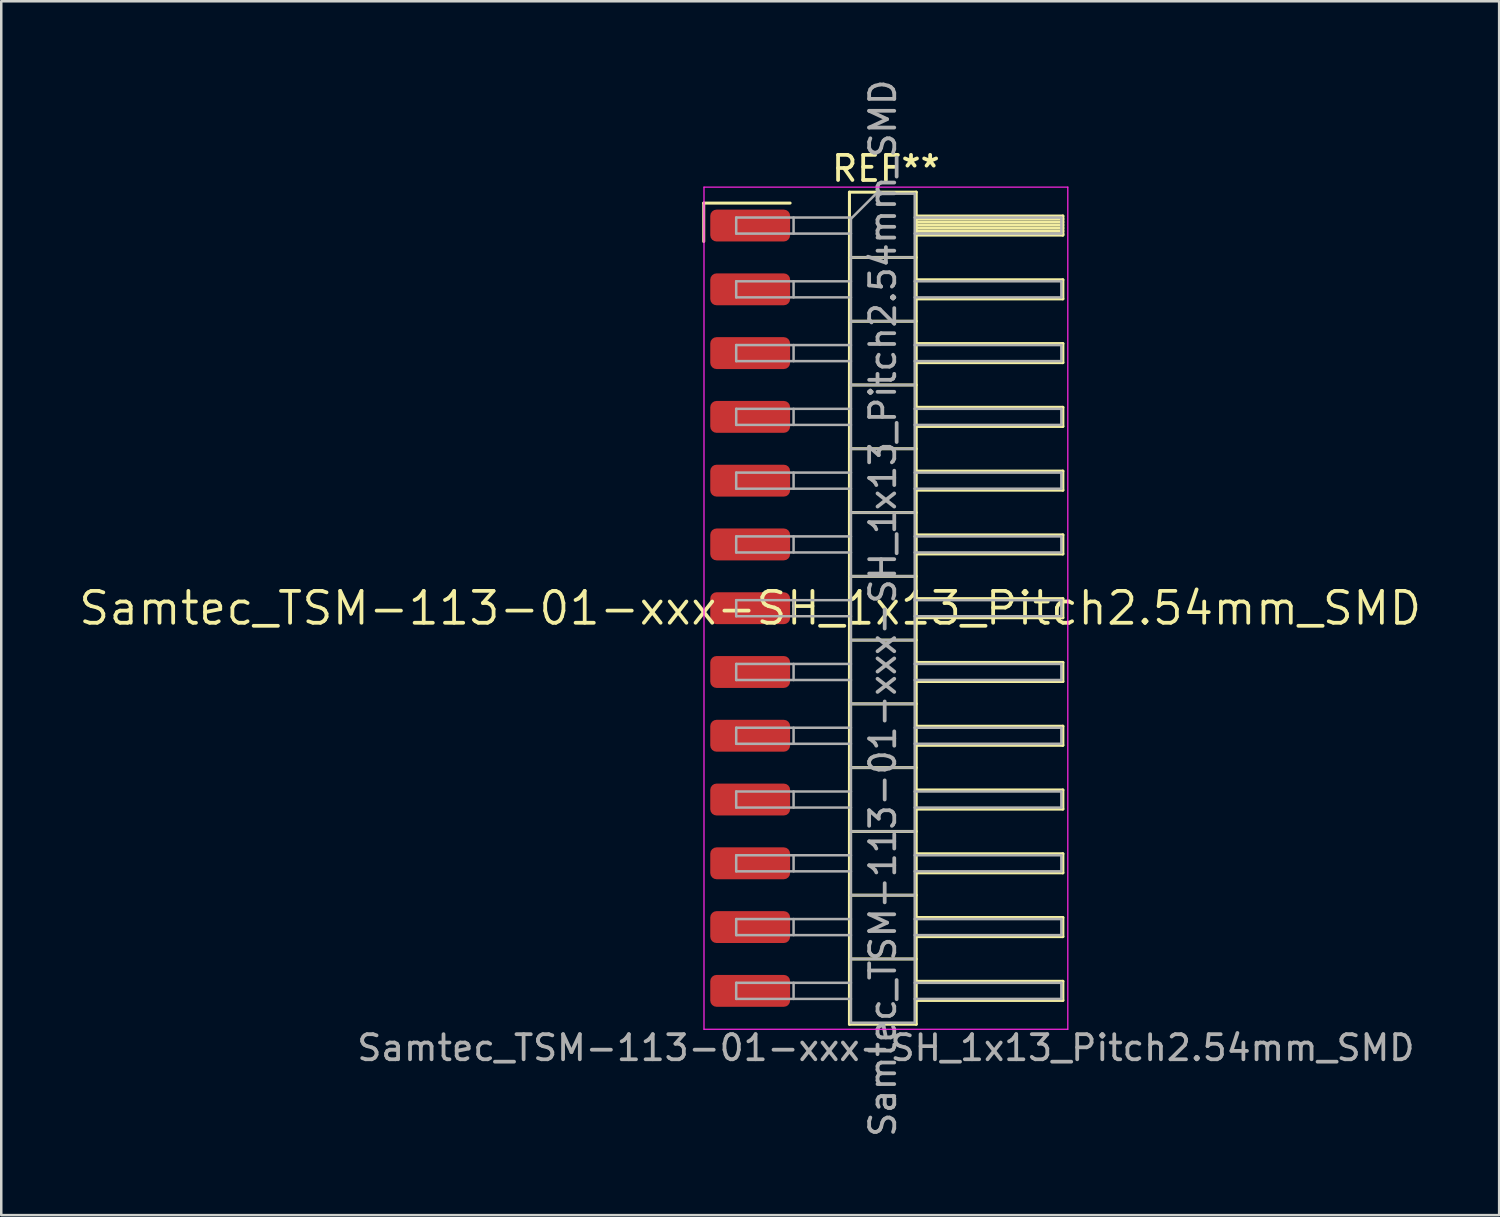
<source format=kicad_pcb>
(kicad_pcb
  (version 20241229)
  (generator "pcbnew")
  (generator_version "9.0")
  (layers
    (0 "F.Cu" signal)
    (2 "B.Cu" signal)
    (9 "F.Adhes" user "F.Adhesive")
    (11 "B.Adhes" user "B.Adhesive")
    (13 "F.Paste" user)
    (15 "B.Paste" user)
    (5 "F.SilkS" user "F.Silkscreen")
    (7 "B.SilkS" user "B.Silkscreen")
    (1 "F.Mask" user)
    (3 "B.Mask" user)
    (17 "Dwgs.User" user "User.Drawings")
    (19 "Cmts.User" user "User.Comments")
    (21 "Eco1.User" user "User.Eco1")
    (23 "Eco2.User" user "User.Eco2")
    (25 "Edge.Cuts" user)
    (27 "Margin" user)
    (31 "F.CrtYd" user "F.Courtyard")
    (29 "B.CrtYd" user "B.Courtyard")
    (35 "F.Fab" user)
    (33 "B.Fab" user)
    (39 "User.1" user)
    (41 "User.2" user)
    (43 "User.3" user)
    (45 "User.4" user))
  (footprint "Samtec_TSM-113-01-xxx-SH_1x13_Pitch2.54mm_SMD"
    (layer "F.Cu")
    (at 26.828 21.173)
    (property "Reference" "Samtec_TSM-113-01-xxx-SH_1x13_Pitch2.54mm_SMD" (at 0 0 0) (layer "F.SilkS") (effects (font (size 1.27 1.27) (thickness 0.15))))
    (attr smd)
    (fp_line (start -1.85 -16.135) (end 1.59 -16.135) (stroke (width 0.12) (type solid)) (layer "F.SilkS"))
    (fp_line (start -1.85 -14.605) (end -1.85 -16.135) (stroke (width 0.12) (type solid)) (layer "F.SilkS"))
    (fp_line (start 3.953 -16.57) (end 6.613 -16.57) (stroke (width 0.12) (type solid)) (layer "F.SilkS"))
    (fp_line (start 3.953 -13.97) (end 6.613 -13.97) (stroke (width 0.12) (type solid)) (layer "F.SilkS"))
    (fp_line (start 3.953 -11.43) (end 6.613 -11.43) (stroke (width 0.12) (type solid)) (layer "F.SilkS"))
    (fp_line (start 3.953 -8.89) (end 6.613 -8.89) (stroke (width 0.12) (type solid)) (layer "F.SilkS"))
    (fp_line (start 3.953 -6.35) (end 6.613 -6.35) (stroke (width 0.12) (type solid)) (layer "F.SilkS"))
    (fp_line (start 3.953 -3.81) (end 6.613 -3.81) (stroke (width 0.12) (type solid)) (layer "F.SilkS"))
    (fp_line (start 3.953 -1.27) (end 6.613 -1.27) (stroke (width 0.12) (type solid)) (layer "F.SilkS"))
    (fp_line (start 3.953 1.27) (end 6.613 1.27) (stroke (width 0.12) (type solid)) (layer "F.SilkS"))
    (fp_line (start 3.953 3.81) (end 6.613 3.81) (stroke (width 0.12) (type solid)) (layer "F.SilkS"))
    (fp_line (start 3.953 6.35) (end 6.613 6.35) (stroke (width 0.12) (type solid)) (layer "F.SilkS"))
    (fp_line (start 3.953 8.89) (end 6.613 8.89) (stroke (width 0.12) (type solid)) (layer "F.SilkS"))
    (fp_line (start 3.953 11.43) (end 6.613 11.43) (stroke (width 0.12) (type solid)) (layer "F.SilkS"))
    (fp_line (start 3.953 13.97) (end 6.613 13.97) (stroke (width 0.12) (type solid)) (layer "F.SilkS"))
    (fp_line (start 3.953 16.57) (end 3.953 -16.57) (stroke (width 0.12) (type solid)) (layer "F.SilkS"))
    (fp_line (start 6.613 -16.57) (end 6.613 16.57) (stroke (width 0.12) (type solid)) (layer "F.SilkS"))
    (fp_line (start 6.613 -15.62) (end 12.453 -15.62) (stroke (width 0.12) (type solid)) (layer "F.SilkS"))
    (fp_line (start 6.613 -15.5) (end 12.453 -15.5) (stroke (width 0.12) (type solid)) (layer "F.SilkS"))
    (fp_line (start 6.613 -15.38) (end 12.453 -15.38) (stroke (width 0.12) (type solid)) (layer "F.SilkS"))
    (fp_line (start 6.613 -15.26) (end 12.453 -15.26) (stroke (width 0.12) (type solid)) (layer "F.SilkS"))
    (fp_line (start 6.613 -15.14) (end 12.453 -15.14) (stroke (width 0.12) (type solid)) (layer "F.SilkS"))
    (fp_line (start 6.613 -15.02) (end 12.453 -15.02) (stroke (width 0.12) (type solid)) (layer "F.SilkS"))
    (fp_line (start 6.613 -14.9) (end 12.453 -14.9) (stroke (width 0.12) (type solid)) (layer "F.SilkS"))
    (fp_line (start 6.613 -14.86) (end 12.453 -14.86) (stroke (width 0.12) (type solid)) (layer "F.SilkS"))
    (fp_line (start 6.613 -13.08) (end 12.453 -13.08) (stroke (width 0.12) (type solid)) (layer "F.SilkS"))
    (fp_line (start 6.613 -12.32) (end 12.453 -12.32) (stroke (width 0.12) (type solid)) (layer "F.SilkS"))
    (fp_line (start 6.613 -10.54) (end 12.453 -10.54) (stroke (width 0.12) (type solid)) (layer "F.SilkS"))
    (fp_line (start 6.613 -9.78) (end 12.453 -9.78) (stroke (width 0.12) (type solid)) (layer "F.SilkS"))
    (fp_line (start 6.613 -8) (end 12.453 -8) (stroke (width 0.12) (type solid)) (layer "F.SilkS"))
    (fp_line (start 6.613 -7.24) (end 12.453 -7.24) (stroke (width 0.12) (type solid)) (layer "F.SilkS"))
    (fp_line (start 6.613 -5.46) (end 12.453 -5.46) (stroke (width 0.12) (type solid)) (layer "F.SilkS"))
    (fp_line (start 6.613 -4.7) (end 12.453 -4.7) (stroke (width 0.12) (type solid)) (layer "F.SilkS"))
    (fp_line (start 6.613 -2.92) (end 12.453 -2.92) (stroke (width 0.12) (type solid)) (layer "F.SilkS"))
    (fp_line (start 6.613 -2.16) (end 12.453 -2.16) (stroke (width 0.12) (type solid)) (layer "F.SilkS"))
    (fp_line (start 6.613 -0.38) (end 12.453 -0.38) (stroke (width 0.12) (type solid)) (layer "F.SilkS"))
    (fp_line (start 6.613 0.38) (end 12.453 0.38) (stroke (width 0.12) (type solid)) (layer "F.SilkS"))
    (fp_line (start 6.613 2.16) (end 12.453 2.16) (stroke (width 0.12) (type solid)) (layer "F.SilkS"))
    (fp_line (start 6.613 2.92) (end 12.453 2.92) (stroke (width 0.12) (type solid)) (layer "F.SilkS"))
    (fp_line (start 6.613 4.7) (end 12.453 4.7) (stroke (width 0.12) (type solid)) (layer "F.SilkS"))
    (fp_line (start 6.613 5.46) (end 12.453 5.46) (stroke (width 0.12) (type solid)) (layer "F.SilkS"))
    (fp_line (start 6.613 7.24) (end 12.453 7.24) (stroke (width 0.12) (type solid)) (layer "F.SilkS"))
    (fp_line (start 6.613 8) (end 12.453 8) (stroke (width 0.12) (type solid)) (layer "F.SilkS"))
    (fp_line (start 6.613 9.78) (end 12.453 9.78) (stroke (width 0.12) (type solid)) (layer "F.SilkS"))
    (fp_line (start 6.613 10.54) (end 12.453 10.54) (stroke (width 0.12) (type solid)) (layer "F.SilkS"))
    (fp_line (start 6.613 12.32) (end 12.453 12.32) (stroke (width 0.12) (type solid)) (layer "F.SilkS"))
    (fp_line (start 6.613 13.08) (end 12.453 13.08) (stroke (width 0.12) (type solid)) (layer "F.SilkS"))
    (fp_line (start 6.613 14.86) (end 12.453 14.86) (stroke (width 0.12) (type solid)) (layer "F.SilkS"))
    (fp_line (start 6.613 15.62) (end 12.453 15.62) (stroke (width 0.12) (type solid)) (layer "F.SilkS"))
    (fp_line (start 6.613 16.57) (end 3.953 16.57) (stroke (width 0.12) (type solid)) (layer "F.SilkS"))
    (fp_line (start 12.453 -15.62) (end 12.453 -14.86) (stroke (width 0.12) (type solid)) (layer "F.SilkS"))
    (fp_line (start 12.453 -13.08) (end 12.453 -12.32) (stroke (width 0.12) (type solid)) (layer "F.SilkS"))
    (fp_line (start 12.453 -10.54) (end 12.453 -9.78) (stroke (width 0.12) (type solid)) (layer "F.SilkS"))
    (fp_line (start 12.453 -8) (end 12.453 -7.24) (stroke (width 0.12) (type solid)) (layer "F.SilkS"))
    (fp_line (start 12.453 -5.46) (end 12.453 -4.7) (stroke (width 0.12) (type solid)) (layer "F.SilkS"))
    (fp_line (start 12.453 -2.92) (end 12.453 -2.16) (stroke (width 0.12) (type solid)) (layer "F.SilkS"))
    (fp_line (start 12.453 -0.38) (end 12.453 0.38) (stroke (width 0.12) (type solid)) (layer "F.SilkS"))
    (fp_line (start 12.453 2.16) (end 12.453 2.92) (stroke (width 0.12) (type solid)) (layer "F.SilkS"))
    (fp_line (start 12.453 4.7) (end 12.453 5.46) (stroke (width 0.12) (type solid)) (layer "F.SilkS"))
    (fp_line (start 12.453 7.24) (end 12.453 8) (stroke (width 0.12) (type solid)) (layer "F.SilkS"))
    (fp_line (start 12.453 9.78) (end 12.453 10.54) (stroke (width 0.12) (type solid)) (layer "F.SilkS"))
    (fp_line (start 12.453 12.32) (end 12.453 13.08) (stroke (width 0.12) (type solid)) (layer "F.SilkS"))
    (fp_line (start 12.453 14.86) (end 12.453 15.62) (stroke (width 0.12) (type solid)) (layer "F.SilkS"))
    (fp_line (start -1.84 -16.77) (end 12.65 -16.77) (stroke (width 0.05) (type solid)) (layer "F.CrtYd"))
    (fp_line (start -1.84 16.77) (end -1.84 -16.77) (stroke (width 0.05) (type solid)) (layer "F.CrtYd"))
    (fp_line (start 12.65 -16.77) (end 12.65 16.77) (stroke (width 0.05) (type solid)) (layer "F.CrtYd"))
    (fp_line (start 12.65 16.77) (end -1.84 16.77) (stroke (width 0.05) (type solid)) (layer "F.CrtYd"))
    (fp_line (start -0.557 -15.56) (end -0.557 -14.92) (stroke (width 0.1) (type solid)) (layer "F.Fab"))
    (fp_line (start -0.557 -15.56) (end 4.013 -15.56) (stroke (width 0.1) (type solid)) (layer "F.Fab"))
    (fp_line (start -0.557 -14.92) (end 4.013 -14.92) (stroke (width 0.1) (type solid)) (layer "F.Fab"))
    (fp_line (start -0.557 -13.02) (end -0.557 -12.38) (stroke (width 0.1) (type solid)) (layer "F.Fab"))
    (fp_line (start -0.557 -13.02) (end 4.013 -13.02) (stroke (width 0.1) (type solid)) (layer "F.Fab"))
    (fp_line (start -0.557 -12.38) (end 4.013 -12.38) (stroke (width 0.1) (type solid)) (layer "F.Fab"))
    (fp_line (start -0.557 -10.48) (end -0.557 -9.84) (stroke (width 0.1) (type solid)) (layer "F.Fab"))
    (fp_line (start -0.557 -10.48) (end 4.013 -10.48) (stroke (width 0.1) (type solid)) (layer "F.Fab"))
    (fp_line (start -0.557 -9.84) (end 4.013 -9.84) (stroke (width 0.1) (type solid)) (layer "F.Fab"))
    (fp_line (start -0.557 -7.94) (end -0.557 -7.3) (stroke (width 0.1) (type solid)) (layer "F.Fab"))
    (fp_line (start -0.557 -7.94) (end 4.013 -7.94) (stroke (width 0.1) (type solid)) (layer "F.Fab"))
    (fp_line (start -0.557 -7.3) (end 4.013 -7.3) (stroke (width 0.1) (type solid)) (layer "F.Fab"))
    (fp_line (start -0.557 -5.4) (end -0.557 -4.76) (stroke (width 0.1) (type solid)) (layer "F.Fab"))
    (fp_line (start -0.557 -5.4) (end 4.013 -5.4) (stroke (width 0.1) (type solid)) (layer "F.Fab"))
    (fp_line (start -0.557 -4.76) (end 4.013 -4.76) (stroke (width 0.1) (type solid)) (layer "F.Fab"))
    (fp_line (start -0.557 -2.86) (end -0.557 -2.22) (stroke (width 0.1) (type solid)) (layer "F.Fab"))
    (fp_line (start -0.557 -2.86) (end 4.013 -2.86) (stroke (width 0.1) (type solid)) (layer "F.Fab"))
    (fp_line (start -0.557 -2.22) (end 4.013 -2.22) (stroke (width 0.1) (type solid)) (layer "F.Fab"))
    (fp_line (start -0.557 -0.32) (end -0.557 0.32) (stroke (width 0.1) (type solid)) (layer "F.Fab"))
    (fp_line (start -0.557 -0.32) (end 4.013 -0.32) (stroke (width 0.1) (type solid)) (layer "F.Fab"))
    (fp_line (start -0.557 0.32) (end 4.013 0.32) (stroke (width 0.1) (type solid)) (layer "F.Fab"))
    (fp_line (start -0.557 2.22) (end -0.557 2.86) (stroke (width 0.1) (type solid)) (layer "F.Fab"))
    (fp_line (start -0.557 2.22) (end 4.013 2.22) (stroke (width 0.1) (type solid)) (layer "F.Fab"))
    (fp_line (start -0.557 2.86) (end 4.013 2.86) (stroke (width 0.1) (type solid)) (layer "F.Fab"))
    (fp_line (start -0.557 4.76) (end -0.557 5.4) (stroke (width 0.1) (type solid)) (layer "F.Fab"))
    (fp_line (start -0.557 4.76) (end 4.013 4.76) (stroke (width 0.1) (type solid)) (layer "F.Fab"))
    (fp_line (start -0.557 5.4) (end 4.013 5.4) (stroke (width 0.1) (type solid)) (layer "F.Fab"))
    (fp_line (start -0.557 7.3) (end -0.557 7.94) (stroke (width 0.1) (type solid)) (layer "F.Fab"))
    (fp_line (start -0.557 7.3) (end 4.013 7.3) (stroke (width 0.1) (type solid)) (layer "F.Fab"))
    (fp_line (start -0.557 7.94) (end 4.013 7.94) (stroke (width 0.1) (type solid)) (layer "F.Fab"))
    (fp_line (start -0.557 9.84) (end -0.557 10.48) (stroke (width 0.1) (type solid)) (layer "F.Fab"))
    (fp_line (start -0.557 9.84) (end 4.013 9.84) (stroke (width 0.1) (type solid)) (layer "F.Fab"))
    (fp_line (start -0.557 10.48) (end 4.013 10.48) (stroke (width 0.1) (type solid)) (layer "F.Fab"))
    (fp_line (start -0.557 12.38) (end -0.557 13.02) (stroke (width 0.1) (type solid)) (layer "F.Fab"))
    (fp_line (start -0.557 12.38) (end 4.013 12.38) (stroke (width 0.1) (type solid)) (layer "F.Fab"))
    (fp_line (start -0.557 13.02) (end 4.013 13.02) (stroke (width 0.1) (type solid)) (layer "F.Fab"))
    (fp_line (start -0.557 14.92) (end -0.557 15.56) (stroke (width 0.1) (type solid)) (layer "F.Fab"))
    (fp_line (start -0.557 14.92) (end 4.013 14.92) (stroke (width 0.1) (type solid)) (layer "F.Fab"))
    (fp_line (start -0.557 15.56) (end 4.013 15.56) (stroke (width 0.1) (type solid)) (layer "F.Fab"))
    (fp_line (start 1.728 -15.56) (end 1.728 -14.92) (stroke (width 0.1) (type solid)) (layer "F.Fab"))
    (fp_line (start 1.728 -13.02) (end 1.728 -12.38) (stroke (width 0.1) (type solid)) (layer "F.Fab"))
    (fp_line (start 1.728 -10.48) (end 1.728 -9.84) (stroke (width 0.1) (type solid)) (layer "F.Fab"))
    (fp_line (start 1.728 -7.94) (end 1.728 -7.3) (stroke (width 0.1) (type solid)) (layer "F.Fab"))
    (fp_line (start 1.728 -5.4) (end 1.728 -4.76) (stroke (width 0.1) (type solid)) (layer "F.Fab"))
    (fp_line (start 1.728 -2.86) (end 1.728 -2.22) (stroke (width 0.1) (type solid)) (layer "F.Fab"))
    (fp_line (start 1.728 -0.32) (end 1.728 0.32) (stroke (width 0.1) (type solid)) (layer "F.Fab"))
    (fp_line (start 1.728 2.22) (end 1.728 2.86) (stroke (width 0.1) (type solid)) (layer "F.Fab"))
    (fp_line (start 1.728 4.76) (end 1.728 5.4) (stroke (width 0.1) (type solid)) (layer "F.Fab"))
    (fp_line (start 1.728 7.3) (end 1.728 7.94) (stroke (width 0.1) (type solid)) (layer "F.Fab"))
    (fp_line (start 1.728 9.84) (end 1.728 10.48) (stroke (width 0.1) (type solid)) (layer "F.Fab"))
    (fp_line (start 1.728 12.38) (end 1.728 13.02) (stroke (width 0.1) (type solid)) (layer "F.Fab"))
    (fp_line (start 1.728 14.92) (end 1.728 15.56) (stroke (width 0.1) (type solid)) (layer "F.Fab"))
    (fp_line (start 4.013 -15.51) (end 5.013 -16.51) (stroke (width 0.1) (type solid)) (layer "F.Fab"))
    (fp_line (start 4.013 -13.97) (end 6.553 -13.97) (stroke (width 0.1) (type solid)) (layer "F.Fab"))
    (fp_line (start 4.013 -11.43) (end 6.553 -11.43) (stroke (width 0.1) (type solid)) (layer "F.Fab"))
    (fp_line (start 4.013 -8.89) (end 6.553 -8.89) (stroke (width 0.1) (type solid)) (layer "F.Fab"))
    (fp_line (start 4.013 -6.35) (end 6.553 -6.35) (stroke (width 0.1) (type solid)) (layer "F.Fab"))
    (fp_line (start 4.013 -3.81) (end 6.553 -3.81) (stroke (width 0.1) (type solid)) (layer "F.Fab"))
    (fp_line (start 4.013 -1.27) (end 6.553 -1.27) (stroke (width 0.1) (type solid)) (layer "F.Fab"))
    (fp_line (start 4.013 1.27) (end 6.553 1.27) (stroke (width 0.1) (type solid)) (layer "F.Fab"))
    (fp_line (start 4.013 3.81) (end 6.553 3.81) (stroke (width 0.1) (type solid)) (layer "F.Fab"))
    (fp_line (start 4.013 6.35) (end 6.553 6.35) (stroke (width 0.1) (type solid)) (layer "F.Fab"))
    (fp_line (start 4.013 8.89) (end 6.553 8.89) (stroke (width 0.1) (type solid)) (layer "F.Fab"))
    (fp_line (start 4.013 11.43) (end 6.553 11.43) (stroke (width 0.1) (type solid)) (layer "F.Fab"))
    (fp_line (start 4.013 13.97) (end 6.553 13.97) (stroke (width 0.1) (type solid)) (layer "F.Fab"))
    (fp_line (start 4.013 16.51) (end 4.013 -15.51) (stroke (width 0.1) (type solid)) (layer "F.Fab"))
    (fp_line (start 5.013 -16.51) (end 6.553 -16.51) (stroke (width 0.1) (type solid)) (layer "F.Fab"))
    (fp_line (start 6.553 -16.51) (end 6.553 16.51) (stroke (width 0.1) (type solid)) (layer "F.Fab"))
    (fp_line (start 6.553 -15.56) (end 12.393 -15.56) (stroke (width 0.1) (type solid)) (layer "F.Fab"))
    (fp_line (start 6.553 -14.92) (end 12.393 -14.92) (stroke (width 0.1) (type solid)) (layer "F.Fab"))
    (fp_line (start 6.553 -13.02) (end 12.393 -13.02) (stroke (width 0.1) (type solid)) (layer "F.Fab"))
    (fp_line (start 6.553 -12.38) (end 12.393 -12.38) (stroke (width 0.1) (type solid)) (layer "F.Fab"))
    (fp_line (start 6.553 -10.48) (end 12.393 -10.48) (stroke (width 0.1) (type solid)) (layer "F.Fab"))
    (fp_line (start 6.553 -9.84) (end 12.393 -9.84) (stroke (width 0.1) (type solid)) (layer "F.Fab"))
    (fp_line (start 6.553 -7.94) (end 12.393 -7.94) (stroke (width 0.1) (type solid)) (layer "F.Fab"))
    (fp_line (start 6.553 -7.3) (end 12.393 -7.3) (stroke (width 0.1) (type solid)) (layer "F.Fab"))
    (fp_line (start 6.553 -5.4) (end 12.393 -5.4) (stroke (width 0.1) (type solid)) (layer "F.Fab"))
    (fp_line (start 6.553 -4.76) (end 12.393 -4.76) (stroke (width 0.1) (type solid)) (layer "F.Fab"))
    (fp_line (start 6.553 -2.86) (end 12.393 -2.86) (stroke (width 0.1) (type solid)) (layer "F.Fab"))
    (fp_line (start 6.553 -2.22) (end 12.393 -2.22) (stroke (width 0.1) (type solid)) (layer "F.Fab"))
    (fp_line (start 6.553 -0.32) (end 12.393 -0.32) (stroke (width 0.1) (type solid)) (layer "F.Fab"))
    (fp_line (start 6.553 0.32) (end 12.393 0.32) (stroke (width 0.1) (type solid)) (layer "F.Fab"))
    (fp_line (start 6.553 2.22) (end 12.393 2.22) (stroke (width 0.1) (type solid)) (layer "F.Fab"))
    (fp_line (start 6.553 2.86) (end 12.393 2.86) (stroke (width 0.1) (type solid)) (layer "F.Fab"))
    (fp_line (start 6.553 4.76) (end 12.393 4.76) (stroke (width 0.1) (type solid)) (layer "F.Fab"))
    (fp_line (start 6.553 5.4) (end 12.393 5.4) (stroke (width 0.1) (type solid)) (layer "F.Fab"))
    (fp_line (start 6.553 7.3) (end 12.393 7.3) (stroke (width 0.1) (type solid)) (layer "F.Fab"))
    (fp_line (start 6.553 7.94) (end 12.393 7.94) (stroke (width 0.1) (type solid)) (layer "F.Fab"))
    (fp_line (start 6.553 9.84) (end 12.393 9.84) (stroke (width 0.1) (type solid)) (layer "F.Fab"))
    (fp_line (start 6.553 10.48) (end 12.393 10.48) (stroke (width 0.1) (type solid)) (layer "F.Fab"))
    (fp_line (start 6.553 12.38) (end 12.393 12.38) (stroke (width 0.1) (type solid)) (layer "F.Fab"))
    (fp_line (start 6.553 13.02) (end 12.393 13.02) (stroke (width 0.1) (type solid)) (layer "F.Fab"))
    (fp_line (start 6.553 14.92) (end 12.393 14.92) (stroke (width 0.1) (type solid)) (layer "F.Fab"))
    (fp_line (start 6.553 15.56) (end 12.393 15.56) (stroke (width 0.1) (type solid)) (layer "F.Fab"))
    (fp_line (start 6.553 16.51) (end 4.013 16.51) (stroke (width 0.1) (type solid)) (layer "F.Fab"))
    (fp_line (start 12.393 -15.56) (end 12.393 -14.92) (stroke (width 0.1) (type solid)) (layer "F.Fab"))
    (fp_line (start 12.393 -13.02) (end 12.393 -12.38) (stroke (width 0.1) (type solid)) (layer "F.Fab"))
    (fp_line (start 12.393 -10.48) (end 12.393 -9.84) (stroke (width 0.1) (type solid)) (layer "F.Fab"))
    (fp_line (start 12.393 -7.94) (end 12.393 -7.3) (stroke (width 0.1) (type solid)) (layer "F.Fab"))
    (fp_line (start 12.393 -5.4) (end 12.393 -4.76) (stroke (width 0.1) (type solid)) (layer "F.Fab"))
    (fp_line (start 12.393 -2.86) (end 12.393 -2.22) (stroke (width 0.1) (type solid)) (layer "F.Fab"))
    (fp_line (start 12.393 -0.32) (end 12.393 0.32) (stroke (width 0.1) (type solid)) (layer "F.Fab"))
    (fp_line (start 12.393 2.22) (end 12.393 2.86) (stroke (width 0.1) (type solid)) (layer "F.Fab"))
    (fp_line (start 12.393 4.76) (end 12.393 5.4) (stroke (width 0.1) (type solid)) (layer "F.Fab"))
    (fp_line (start 12.393 7.3) (end 12.393 7.94) (stroke (width 0.1) (type solid)) (layer "F.Fab"))
    (fp_line (start 12.393 9.84) (end 12.393 10.48) (stroke (width 0.1) (type solid)) (layer "F.Fab"))
    (fp_line (start 12.393 12.38) (end 12.393 13.02) (stroke (width 0.1) (type solid)) (layer "F.Fab"))
    (fp_line (start 12.393 14.92) (end 12.393 15.56) (stroke (width 0.1) (type solid)) (layer "F.Fab"))
    (fp_text user "REF**" (at 5.405 -17.51 0) (layer "F.SilkS") (effects (font (size 1 1) (thickness 0.15))))
    (fp_text user "${REFERENCE}" (at 5.283 0 90) (layer "F.Fab") (effects (font (size 1 1) (thickness 0.15))))
    (fp_text user "Samtec_TSM-113-01-xxx-SH_1x13_Pitch2.54mm_SMD" (at 5.405 17.51 0) (layer "F.Fab") (effects (font (size 1 1) (thickness 0.15))))
    (pad "1" smd roundrect (at 0 -15.24) (size 3.18 1.27) (layers "F.Cu" "F.Mask" "F.Paste") (roundrect_rratio 0.197))
    (pad "2" smd roundrect (at 0 -12.7) (size 3.18 1.27) (layers "F.Cu" "F.Mask" "F.Paste") (roundrect_rratio 0.197))
    (pad "3" smd roundrect (at 0 -10.16) (size 3.18 1.27) (layers "F.Cu" "F.Mask" "F.Paste") (roundrect_rratio 0.197))
    (pad "4" smd roundrect (at 0 -7.62) (size 3.18 1.27) (layers "F.Cu" "F.Mask" "F.Paste") (roundrect_rratio 0.197))
    (pad "5" smd roundrect (at 0 -5.08) (size 3.18 1.27) (layers "F.Cu" "F.Mask" "F.Paste") (roundrect_rratio 0.197))
    (pad "6" smd roundrect (at 0 -2.54) (size 3.18 1.27) (layers "F.Cu" "F.Mask" "F.Paste") (roundrect_rratio 0.197))
    (pad "7" smd roundrect (at 0 0) (size 3.18 1.27) (layers "F.Cu" "F.Mask" "F.Paste") (roundrect_rratio 0.197))
    (pad "8" smd roundrect (at 0 2.54) (size 3.18 1.27) (layers "F.Cu" "F.Mask" "F.Paste") (roundrect_rratio 0.197))
    (pad "9" smd roundrect (at 0 5.08) (size 3.18 1.27) (layers "F.Cu" "F.Mask" "F.Paste") (roundrect_rratio 0.197))
    (pad "10" smd roundrect (at 0 7.62) (size 3.18 1.27) (layers "F.Cu" "F.Mask" "F.Paste") (roundrect_rratio 0.197))
    (pad "11" smd roundrect (at 0 10.16) (size 3.18 1.27) (layers "F.Cu" "F.Mask" "F.Paste") (roundrect_rratio 0.197))
    (pad "12" smd roundrect (at 0 12.7) (size 3.18 1.27) (layers "F.Cu" "F.Mask" "F.Paste") (roundrect_rratio 0.197))
    (pad "13" smd roundrect (at 0 15.24) (size 3.18 1.27) (layers "F.Cu" "F.Mask" "F.Paste") (roundrect_rratio 0.197)))
  (gr_rect
    (start -3 -3)
    (end 56.657 45.345)
    (stroke (width 0.1) (type default))
    (fill no)
    (layer "Edge.Cuts")))
</source>
